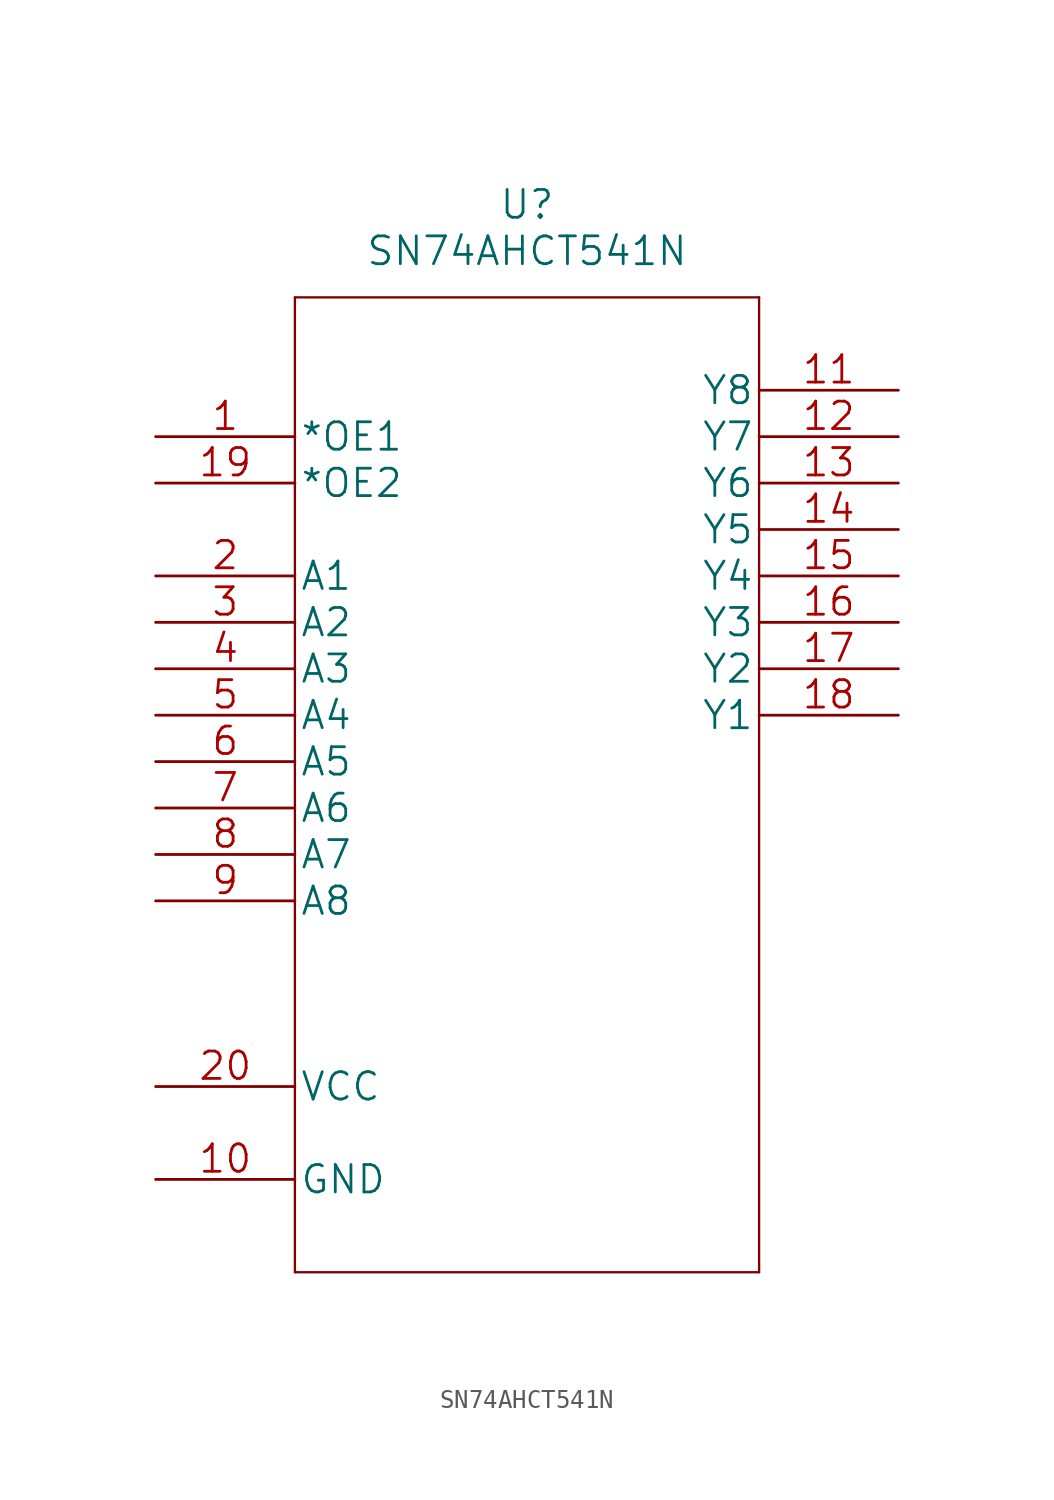
<source format=kicad_sym>
(kicad_symbol_lib
  (version 20201005)
  (generator kicad_symbol_editor)
  (symbol "SN74AHCT541N"
    (pin_names
      (offset 0.254))
    (property "Reference" "U"
      (at 20.32 12.7 0)
      (effects (font (size 1.524 1.524))))
    (property "Value" "SN74AHCT541N"
      (at 20.32 10.16 0)
      (effects (font (size 1.524 1.524))))
    (property "Datasheet" ""
      (at 0 0 0)
      (effects (font (size 1.524 1.524))))
    (property "ki_locked" ""
      (at 0 0 0)
      (effects (font (size 1.27 1.27))))
    (symbol "SN74AHCT541N_1_1"
      (polyline (pts (xy 7.62 -45.72) (xy 33.02 -45.72)) (stroke (width 0.127)) (fill (type none)))
      (polyline (pts (xy 7.62 7.62) (xy 7.62 -45.72)) (stroke (width 0.127)) (fill (type none)))
      (polyline (pts (xy 33.02 -45.72) (xy 33.02 7.62)) (stroke (width 0.127)) (fill (type none)))
      (polyline (pts (xy 33.02 7.62) (xy 7.62 7.62)) (stroke (width 0.127)) (fill (type none)))
      (pin input line (at 0 0 0) (length 7.62) (name "*OE1" (effects (font (size 1.499 1.499)))) (number "1" (effects (font (size 1.499 1.499)))))
      (pin power_in line (at 0 -40.64 0) (length 7.62) (name "GND" (effects (font (size 1.499 1.499)))) (number "10" (effects (font (size 1.499 1.499)))))
      (pin output line (at 40.64 2.54 180) (length 7.62) (name "Y8" (effects (font (size 1.499 1.499)))) (number "11" (effects (font (size 1.499 1.499)))))
      (pin output line (at 40.64 0 180) (length 7.62) (name "Y7" (effects (font (size 1.499 1.499)))) (number "12" (effects (font (size 1.499 1.499)))))
      (pin output line (at 40.64 -2.54 180) (length 7.62) (name "Y6" (effects (font (size 1.499 1.499)))) (number "13" (effects (font (size 1.499 1.499)))))
      (pin output line (at 40.64 -5.08 180) (length 7.62) (name "Y5" (effects (font (size 1.499 1.499)))) (number "14" (effects (font (size 1.499 1.499)))))
      (pin output line (at 40.64 -7.62 180) (length 7.62) (name "Y4" (effects (font (size 1.499 1.499)))) (number "15" (effects (font (size 1.499 1.499)))))
      (pin output line (at 40.64 -10.16 180) (length 7.62) (name "Y3" (effects (font (size 1.499 1.499)))) (number "16" (effects (font (size 1.499 1.499)))))
      (pin output line (at 40.64 -12.7 180) (length 7.62) (name "Y2" (effects (font (size 1.499 1.499)))) (number "17" (effects (font (size 1.499 1.499)))))
      (pin output line (at 40.64 -15.24 180) (length 7.62) (name "Y1" (effects (font (size 1.499 1.499)))) (number "18" (effects (font (size 1.499 1.499)))))
      (pin input line (at 0 -2.54 0) (length 7.62) (name "*OE2" (effects (font (size 1.499 1.499)))) (number "19" (effects (font (size 1.499 1.499)))))
      (pin input line (at 0 -7.62 0) (length 7.62) (name "A1" (effects (font (size 1.499 1.499)))) (number "2" (effects (font (size 1.499 1.499)))))
      (pin power_in line (at 0 -35.56 0) (length 7.62) (name "VCC" (effects (font (size 1.499 1.499)))) (number "20" (effects (font (size 1.499 1.499)))))
      (pin input line (at 0 -10.16 0) (length 7.62) (name "A2" (effects (font (size 1.499 1.499)))) (number "3" (effects (font (size 1.499 1.499)))))
      (pin input line (at 0 -12.7 0) (length 7.62) (name "A3" (effects (font (size 1.499 1.499)))) (number "4" (effects (font (size 1.499 1.499)))))
      (pin input line (at 0 -15.24 0) (length 7.62) (name "A4" (effects (font (size 1.499 1.499)))) (number "5" (effects (font (size 1.499 1.499)))))
      (pin input line (at 0 -17.78 0) (length 7.62) (name "A5" (effects (font (size 1.499 1.499)))) (number "6" (effects (font (size 1.499 1.499)))))
      (pin input line (at 0 -20.32 0) (length 7.62) (name "A6" (effects (font (size 1.499 1.499)))) (number "7" (effects (font (size 1.499 1.499)))))
      (pin input line (at 0 -22.86 0) (length 7.62) (name "A7" (effects (font (size 1.499 1.499)))) (number "8" (effects (font (size 1.499 1.499)))))
      (pin input line (at 0 -25.4 0) (length 7.62) (name "A8" (effects (font (size 1.499 1.499)))) (number "9" (effects (font (size 1.499 1.499))))))))
</source>
